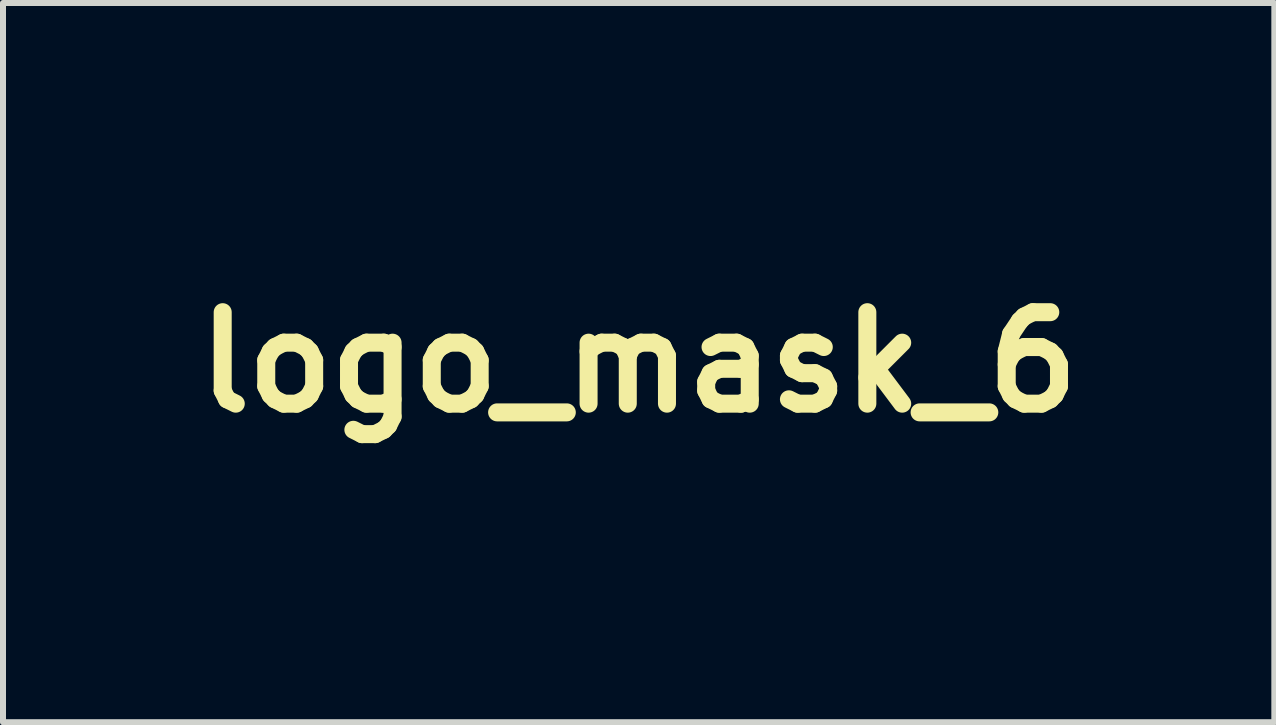
<source format=kicad_pcb>
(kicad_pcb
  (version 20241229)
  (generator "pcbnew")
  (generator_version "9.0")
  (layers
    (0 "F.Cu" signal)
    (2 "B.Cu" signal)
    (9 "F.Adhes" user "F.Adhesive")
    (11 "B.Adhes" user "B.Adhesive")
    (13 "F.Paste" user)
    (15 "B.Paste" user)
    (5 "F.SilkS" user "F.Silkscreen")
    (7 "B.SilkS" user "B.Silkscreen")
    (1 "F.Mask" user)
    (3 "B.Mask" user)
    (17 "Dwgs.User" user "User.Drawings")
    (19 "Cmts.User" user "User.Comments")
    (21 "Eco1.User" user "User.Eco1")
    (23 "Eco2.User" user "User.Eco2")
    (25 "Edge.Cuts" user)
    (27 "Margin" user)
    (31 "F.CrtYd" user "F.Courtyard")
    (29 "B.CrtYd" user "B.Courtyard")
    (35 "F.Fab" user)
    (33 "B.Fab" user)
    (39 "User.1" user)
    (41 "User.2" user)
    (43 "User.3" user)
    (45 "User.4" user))
  (footprint "logo_mask_6"
    (layer "F.Cu")
    (at 7.591 2.986)
    (property "Reference" "logo_mask_6" (at 0 0 0) (layer "F.SilkS") (effects (font (size 1.524 1.524) (thickness 0.3))))
    (attr through_hole)
    (fp_poly (pts (xy -0.547 -2.422) (xy -0.499 -2.387) (xy -0.472 -2.357) (xy -0.459 -2.328) (xy -0.455 -2.29) (xy -0.455 -2.27) (xy -0.455 -2.197) (xy -0.316 -2.061) (xy -0.178 -1.925) (xy 0.996 -1.925) (xy 1.367 -1.554) (xy 1.738 -1.183) (xy 1.738 -0.46) (xy 1.778 -0.421) (xy 1.818 -0.369) (xy 1.835 -0.313) (xy 1.833 -0.258) (xy 1.815 -0.207) (xy 1.782 -0.165) (xy 1.739 -0.134) (xy 1.687 -0.12) (xy 1.63 -0.125) (xy 1.581 -0.147) (xy 1.536 -0.187) (xy 1.506 -0.24) (xy 1.497 -0.288) (xy 1.497 -0.289) (xy 1.61 -0.289) (xy 1.616 -0.27) (xy 1.63 -0.255) (xy 1.654 -0.234) (xy 1.671 -0.229) (xy 1.695 -0.239) (xy 1.699 -0.241) (xy 1.72 -0.264) (xy 1.723 -0.295) (xy 1.712 -0.324) (xy 1.689 -0.343) (xy 1.663 -0.345) (xy 1.639 -0.331) (xy 1.622 -0.312) (xy 1.61 -0.289) (xy 1.497 -0.289) (xy 1.505 -0.331) (xy 1.523 -0.377) (xy 1.548 -0.414) (xy 1.566 -0.429) (xy 1.574 -0.434) (xy 1.58 -0.444) (xy 1.584 -0.461) (xy 1.587 -0.489) (xy 1.589 -0.53) (xy 1.59 -0.589) (xy 1.591 -0.668) (xy 1.591 -0.77) (xy 1.591 -1.103) (xy 0.916 -1.778) (xy -0.248 -1.778) (xy -0.408 -1.938) (xy -0.47 -2) (xy -0.517 -2.044) (xy -0.552 -2.074) (xy -0.578 -2.091) (xy -0.598 -2.098) (xy -0.605 -2.099) (xy -0.671 -2.11) (xy -0.724 -2.141) (xy -0.763 -2.187) (xy -0.784 -2.242) (xy -0.785 -2.259) (xy -0.674 -2.259) (xy -0.668 -2.245) (xy -0.644 -2.225) (xy -0.612 -2.222) (xy -0.581 -2.236) (xy -0.57 -2.249) (xy -0.563 -2.28) (xy -0.579 -2.307) (xy -0.612 -2.322) (xy -0.619 -2.324) (xy -0.653 -2.317) (xy -0.673 -2.293) (xy -0.674 -2.259) (xy -0.785 -2.259) (xy -0.785 -2.302) (xy -0.762 -2.363) (xy -0.762 -2.364) (xy -0.719 -2.41) (xy -0.666 -2.436) (xy -0.606 -2.44) (xy -0.547 -2.422)) (stroke (width 0.01) (type solid)) (fill yes) (layer "F.Mask"))
    (fp_poly (pts (xy 0.247 -2.569) (xy 0.299 -2.539) (xy 0.326 -2.507) (xy 0.348 -2.473) (xy 1.103 -2.473) (xy 1.668 -1.908) (xy 2.233 -1.343) (xy 2.233 -1.127) (xy 2.233 -1.046) (xy 2.234 -0.987) (xy 2.236 -0.948) (xy 2.24 -0.922) (xy 2.245 -0.907) (xy 2.254 -0.899) (xy 2.259 -0.896) (xy 2.294 -0.863) (xy 2.316 -0.814) (xy 2.325 -0.757) (xy 2.318 -0.698) (xy 2.306 -0.668) (xy 2.27 -0.626) (xy 2.219 -0.599) (xy 2.159 -0.588) (xy 2.098 -0.597) (xy 2.069 -0.609) (xy 2.029 -0.644) (xy 2.004 -0.693) (xy 1.993 -0.749) (xy 1.995 -0.765) (xy 2.102 -0.765) (xy 2.104 -0.737) (xy 2.12 -0.716) (xy 2.149 -0.697) (xy 2.178 -0.703) (xy 2.2 -0.723) (xy 2.216 -0.749) (xy 2.211 -0.772) (xy 2.182 -0.805) (xy 2.151 -0.81) (xy 2.126 -0.796) (xy 2.102 -0.765) (xy 1.995 -0.765) (xy 1.998 -0.806) (xy 2.018 -0.856) (xy 2.053 -0.892) (xy 2.059 -0.896) (xy 2.07 -0.904) (xy 2.077 -0.916) (xy 2.082 -0.939) (xy 2.084 -0.975) (xy 2.085 -1.03) (xy 2.085 -1.087) (xy 2.085 -1.263) (xy 1.557 -1.791) (xy 1.029 -2.319) (xy 0.687 -2.324) (xy 0.582 -2.325) (xy 0.501 -2.326) (xy 0.44 -2.326) (xy 0.395 -2.324) (xy 0.364 -2.322) (xy 0.344 -2.318) (xy 0.33 -2.312) (xy 0.319 -2.305) (xy 0.316 -2.302) (xy 0.255 -2.262) (xy 0.188 -2.245) (xy 0.121 -2.254) (xy 0.093 -2.266) (xy 0.051 -2.302) (xy 0.023 -2.353) (xy 0.014 -2.407) (xy 0.123 -2.407) (xy 0.14 -2.38) (xy 0.17 -2.356) (xy 0.199 -2.358) (xy 0.22 -2.374) (xy 0.239 -2.403) (xy 0.232 -2.432) (xy 0.213 -2.454) (xy 0.182 -2.469) (xy 0.152 -2.458) (xy 0.128 -2.43) (xy 0.123 -2.407) (xy 0.014 -2.407) (xy 0.013 -2.412) (xy 0.022 -2.471) (xy 0.035 -2.499) (xy 0.076 -2.545) (xy 0.129 -2.572) (xy 0.189 -2.58) (xy 0.247 -2.569)) (stroke (width 0.01) (type solid)) (fill yes) (layer "F.Mask"))
    (fp_poly (pts (xy 1.129 0.89) (xy 1.181 0.914) (xy 1.219 0.955) (xy 1.223 0.962) (xy 1.243 1.024) (xy 1.24 1.085) (xy 1.219 1.14) (xy 1.181 1.183) (xy 1.129 1.21) (xy 1.084 1.217) (xy 1.069 1.219) (xy 1.051 1.227) (xy 1.029 1.244) (xy 0.999 1.272) (xy 0.96 1.313) (xy 0.907 1.37) (xy 0.86 1.423) (xy 0.675 1.63) (xy 0.271 1.631) (xy 0.156 1.631) (xy 0.065 1.631) (xy -0.005 1.632) (xy -0.057 1.634) (xy -0.095 1.636) (xy -0.12 1.639) (xy -0.135 1.644) (xy -0.145 1.65) (xy -0.15 1.655) (xy -0.195 1.697) (xy -0.254 1.72) (xy -0.317 1.723) (xy -0.376 1.705) (xy -0.422 1.665) (xy -0.448 1.61) (xy -0.453 1.564) (xy -0.346 1.564) (xy -0.326 1.597) (xy -0.295 1.614) (xy -0.265 1.605) (xy -0.245 1.583) (xy -0.234 1.56) (xy -0.24 1.539) (xy -0.252 1.523) (xy -0.273 1.502) (xy -0.294 1.5) (xy -0.313 1.507) (xy -0.341 1.532) (xy -0.346 1.564) (xy -0.453 1.564) (xy -0.455 1.554) (xy -0.446 1.49) (xy -0.419 1.443) (xy -0.374 1.41) (xy -0.312 1.391) (xy -0.248 1.395) (xy -0.19 1.421) (xy -0.15 1.46) (xy -0.138 1.469) (xy -0.116 1.476) (xy -0.082 1.481) (xy -0.034 1.483) (xy 0.032 1.484) (xy 0.117 1.483) (xy 0.224 1.481) (xy 0.354 1.476) (xy 0.383 1.475) (xy 0.613 1.466) (xy 0.764 1.295) (xy 0.818 1.232) (xy 0.858 1.186) (xy 0.885 1.152) (xy 0.901 1.127) (xy 0.909 1.106) (xy 0.912 1.087) (xy 0.911 1.065) (xy 0.911 1.064) (xy 0.911 1.056) (xy 1.019 1.056) (xy 1.035 1.082) (xy 1.063 1.105) (xy 1.087 1.105) (xy 1.112 1.087) (xy 1.133 1.059) (xy 1.13 1.033) (xy 1.109 1.009) (xy 1.078 0.993) (xy 1.047 1.005) (xy 1.024 1.033) (xy 1.019 1.056) (xy 0.911 1.056) (xy 0.914 1.01) (xy 0.928 0.965) (xy 0.928 0.964) (xy 0.965 0.92) (xy 1.015 0.893) (xy 1.072 0.883) (xy 1.129 0.89)) (stroke (width 0.01) (type solid)) (fill yes) (layer "F.Mask"))
    (fp_poly (pts (xy 0.815 -0.755) (xy 0.815 -0.26) (xy 0.652 -0.097) (xy 0.488 0.067) (xy 0.271 0.067) (xy 0.19 0.067) (xy 0.132 0.068) (xy 0.092 0.07) (xy 0.067 0.074) (xy 0.052 0.08) (xy 0.043 0.088) (xy 0.04 0.093) (xy 0.006 0.131) (xy -0.042 0.153) (xy -0.098 0.159) (xy -0.155 0.151) (xy -0.205 0.127) (xy -0.242 0.089) (xy -0.247 0.081) (xy -0.268 0.017) (xy -0.266 -0.017) (xy -0.157 -0.017) (xy -0.155 0.012) (xy -0.139 0.032) (xy -0.11 0.051) (xy -0.081 0.045) (xy -0.059 0.026) (xy -0.043 -0.000375) (xy -0.048 -0.023) (xy -0.078 -0.056) (xy -0.108 -0.062) (xy -0.133 -0.047) (xy -0.157 -0.017) (xy -0.266 -0.017) (xy -0.265 -0.045) (xy -0.242 -0.1) (xy -0.201 -0.142) (xy -0.145 -0.168) (xy -0.099 -0.174) (xy -0.055 -0.167) (xy -0.01 -0.148) (xy 0.027 -0.123) (xy 0.045 -0.1) (xy 0.053 -0.092) (xy 0.071 -0.086) (xy 0.104 -0.083) (xy 0.155 -0.081) (xy 0.229 -0.08) (xy 0.238 -0.08) (xy 0.423 -0.08) (xy 0.546 -0.205) (xy 0.668 -0.331) (xy 0.668 -0.689) (xy 0.421 -0.936) (xy -0.475 -0.936) (xy -0.722 -0.688) (xy -0.722 0.676) (xy -0.474 0.922) (xy 0.422 0.922) (xy 0.512 0.832) (xy 0.602 0.741) (xy 0.602 0.663) (xy 0.602 0.645) (xy 0.71 0.645) (xy 0.717 0.679) (xy 0.731 0.697) (xy 0.754 0.718) (xy 0.775 0.717) (xy 0.802 0.695) (xy 0.803 0.694) (xy 0.821 0.672) (xy 0.821 0.653) (xy 0.812 0.637) (xy 0.782 0.609) (xy 0.749 0.605) (xy 0.728 0.615) (xy 0.71 0.645) (xy 0.602 0.645) (xy 0.603 0.617) (xy 0.611 0.586) (xy 0.628 0.56) (xy 0.647 0.54) (xy 0.681 0.511) (xy 0.713 0.498) (xy 0.755 0.495) (xy 0.825 0.504) (xy 0.877 0.532) (xy 0.914 0.579) (xy 0.915 0.583) (xy 0.933 0.646) (xy 0.927 0.707) (xy 0.901 0.76) (xy 0.858 0.801) (xy 0.801 0.823) (xy 0.792 0.825) (xy 0.767 0.83) (xy 0.743 0.842) (xy 0.714 0.862) (xy 0.677 0.895) (xy 0.627 0.944) (xy 0.613 0.957) (xy 0.488 1.083) (xy -0.542 1.083) (xy -0.869 0.755) (xy -0.869 -0.768) (xy -0.712 -0.926) (xy -0.555 -1.083) (xy 0.488 -1.083) (xy 0.815 -0.755)) (stroke (width 0.01) (type solid)) (fill yes) (layer "F.Mask"))
    (fp_poly (pts (xy 0.288 -2.968) (xy 0.564 -2.93) (xy 0.832 -2.867) (xy 1.091 -2.78) (xy 1.34 -2.67) (xy 1.577 -2.539) (xy 1.801 -2.386) (xy 2.011 -2.213) (xy 2.205 -2.021) (xy 2.382 -1.81) (xy 2.54 -1.582) (xy 2.678 -1.337) (xy 2.687 -1.317) (xy 2.799 -1.062) (xy 2.885 -0.8) (xy 2.946 -0.532) (xy 2.983 -0.259) (xy 2.995 0.015) (xy 2.982 0.289) (xy 2.944 0.561) (xy 2.881 0.829) (xy 2.793 1.091) (xy 2.695 1.317) (xy 2.56 1.563) (xy 2.404 1.794) (xy 2.23 2.007) (xy 2.037 2.202) (xy 1.828 2.379) (xy 1.603 2.535) (xy 1.365 2.67) (xy 1.115 2.783) (xy 0.853 2.874) (xy 0.581 2.94) (xy 0.318 2.98) (xy 0.236 2.987) (xy 0.136 2.991) (xy 0.025 2.992) (xy -0.088 2.992) (xy -0.195 2.988) (xy -0.288 2.983) (xy -0.328 2.979) (xy -0.593 2.936) (xy -0.856 2.868) (xy -1.114 2.777) (xy -1.363 2.663) (xy -1.6 2.529) (xy -1.82 2.376) (xy -1.865 2.341) (xy -2.073 2.158) (xy -2.261 1.959) (xy -2.427 1.745) (xy -2.573 1.519) (xy -2.697 1.282) (xy -2.799 1.035) (xy -2.879 0.781) (xy -2.936 0.521) (xy -2.971 0.257) (xy -2.978 0.08) (xy -2.798 0.08) (xy -2.413 0.08) (xy -2.283 0.21) (xy -2.152 0.34) (xy -2.152 0.664) (xy -2.152 0.766) (xy -2.152 0.844) (xy -2.15 0.903) (xy -2.148 0.944) (xy -2.145 0.972) (xy -2.14 0.99) (xy -2.134 1) (xy -2.128 1.005) (xy -2.086 1.05) (xy -2.064 1.106) (xy -2.061 1.165) (xy -2.077 1.222) (xy -2.112 1.27) (xy -2.141 1.292) (xy -2.19 1.307) (xy -2.248 1.308) (xy -2.302 1.295) (xy -2.313 1.29) (xy -2.357 1.253) (xy -2.384 1.203) (xy -2.392 1.145) (xy -2.392 1.143) (xy -2.286 1.143) (xy -2.276 1.169) (xy -2.252 1.193) (xy -2.227 1.203) (xy -2.206 1.194) (xy -2.186 1.177) (xy -2.171 1.156) (xy -2.172 1.138) (xy -2.184 1.117) (xy -2.206 1.092) (xy -2.225 1.083) (xy -2.252 1.093) (xy -2.276 1.118) (xy -2.286 1.143) (xy -2.392 1.143) (xy -2.383 1.085) (xy -2.356 1.03) (xy -2.327 0.999) (xy -2.318 0.99) (xy -2.311 0.979) (xy -2.306 0.961) (xy -2.303 0.933) (xy -2.301 0.891) (xy -2.3 0.832) (xy -2.299 0.752) (xy -2.299 0.692) (xy -2.299 0.408) (xy -2.389 0.318) (xy -2.479 0.227) (xy -2.63 0.227) (xy -2.692 0.227) (xy -2.736 0.228) (xy -2.763 0.235) (xy -2.777 0.252) (xy -2.78 0.282) (xy -2.774 0.331) (xy -2.763 0.401) (xy -2.76 0.42) (xy -2.708 0.683) (xy -2.63 0.938) (xy -2.529 1.183) (xy -2.406 1.416) (xy -2.262 1.637) (xy -2.098 1.843) (xy -1.915 2.033) (xy -1.716 2.206) (xy -1.5 2.36) (xy -1.269 2.494) (xy -1.024 2.606) (xy -0.969 2.627) (xy -0.861 2.664) (xy -0.741 2.699) (xy -0.616 2.731) (xy -0.496 2.758) (xy -0.389 2.776) (xy -0.361 2.779) (xy -0.301 2.786) (xy -0.246 2.793) (xy -0.205 2.798) (xy -0.194 2.8) (xy -0.153 2.803) (xy -0.091 2.803) (xy -0.014 2.802) (xy 0.072 2.8) (xy 0.161 2.796) (xy 0.249 2.791) (xy 0.328 2.785) (xy 0.394 2.778) (xy 0.421 2.774) (xy 0.497 2.763) (xy 0.548 2.753) (xy 0.577 2.743) (xy 0.585 2.729) (xy 0.574 2.709) (xy 0.546 2.679) (xy 0.507 2.639) (xy 0.408 2.54) (xy -0.082 2.54) (xy -0.211 2.54) (xy -0.316 2.541) (xy -0.399 2.541) (xy -0.463 2.543) (xy -0.51 2.545) (xy -0.543 2.547) (xy -0.564 2.551) (xy -0.575 2.555) (xy -0.58 2.56) (xy -0.601 2.586) (xy -0.639 2.61) (xy -0.684 2.628) (xy -0.722 2.633) (xy -0.782 2.621) (xy -0.835 2.588) (xy -0.874 2.539) (xy -0.894 2.481) (xy -0.895 2.475) (xy -0.773 2.475) (xy -0.76 2.504) (xy -0.754 2.509) (xy -0.732 2.523) (xy -0.722 2.527) (xy -0.706 2.52) (xy -0.69 2.509) (xy -0.672 2.484) (xy -0.672 2.454) (xy -0.685 2.427) (xy -0.709 2.41) (xy -0.737 2.41) (xy -0.745 2.414) (xy -0.768 2.441) (xy -0.773 2.475) (xy -0.895 2.475) (xy -0.896 2.459) (xy -0.886 2.412) (xy -0.861 2.365) (xy -0.828 2.328) (xy -0.814 2.319) (xy -0.777 2.307) (xy -0.73 2.3) (xy -0.716 2.299) (xy -0.674 2.303) (xy -0.64 2.317) (xy -0.603 2.346) (xy -0.552 2.393) (xy 0.488 2.393) (xy 0.638 2.543) (xy 0.788 2.693) (xy 0.892 2.659) (xy 0.996 2.625) (xy 0.999 2.178) (xy 1.002 1.811) (xy 1.15 1.811) (xy 1.15 2.182) (xy 1.15 2.279) (xy 1.151 2.366) (xy 1.152 2.44) (xy 1.153 2.499) (xy 1.155 2.537) (xy 1.157 2.553) (xy 1.158 2.553) (xy 1.172 2.548) (xy 1.205 2.532) (xy 1.251 2.509) (xy 1.298 2.485) (xy 1.43 2.417) (xy 1.43 1.998) (xy 1.624 1.805) (xy 1.818 1.611) (xy 1.818 0.701) (xy 2.003 0.517) (xy 2.067 0.452) (xy 2.115 0.403) (xy 2.148 0.367) (xy 2.168 0.34) (xy 2.179 0.32) (xy 2.183 0.305) (xy 2.182 0.296) (xy 2.183 0.283) (xy 2.3 0.283) (xy 2.312 0.313) (xy 2.338 0.332) (xy 2.353 0.334) (xy 2.381 0.325) (xy 2.39 0.318) (xy 2.407 0.288) (xy 2.403 0.256) (xy 2.384 0.232) (xy 2.355 0.22) (xy 2.326 0.227) (xy 2.304 0.251) (xy 2.3 0.283) (xy 2.183 0.283) (xy 2.186 0.243) (xy 2.209 0.189) (xy 2.246 0.145) (xy 2.262 0.134) (xy 2.322 0.111) (xy 2.384 0.111) (xy 2.441 0.132) (xy 2.487 0.172) (xy 2.508 0.21) (xy 2.522 0.274) (xy 2.51 0.335) (xy 2.471 0.392) (xy 2.467 0.397) (xy 2.432 0.426) (xy 2.399 0.439) (xy 2.364 0.441) (xy 2.343 0.442) (xy 2.324 0.446) (xy 2.303 0.456) (xy 2.279 0.474) (xy 2.246 0.503) (xy 2.201 0.547) (xy 2.142 0.605) (xy 1.979 0.768) (xy 1.979 1.678) (xy 1.577 2.078) (xy 1.577 2.196) (xy 1.578 2.248) (xy 1.58 2.288) (xy 1.583 2.31) (xy 1.585 2.313) (xy 1.598 2.305) (xy 1.628 2.285) (xy 1.669 2.255) (xy 1.702 2.23) (xy 1.769 2.176) (xy 1.847 2.106) (xy 1.932 2.026) (xy 2.017 1.941) (xy 2.098 1.856) (xy 2.169 1.777) (xy 2.225 1.708) (xy 2.23 1.702) (xy 2.313 1.592) (xy 2.313 0.979) (xy 2.273 0.936) (xy 2.235 0.881) (xy 2.225 0.827) (xy 2.343 0.827) (xy 2.358 0.853) (xy 2.389 0.866) (xy 2.405 0.866) (xy 2.431 0.858) (xy 2.439 0.836) (xy 2.44 0.824) (xy 2.431 0.787) (xy 2.409 0.766) (xy 2.379 0.765) (xy 2.37 0.77) (xy 2.346 0.797) (xy 2.343 0.827) (xy 2.225 0.827) (xy 2.224 0.823) (xy 2.238 0.758) (xy 2.243 0.745) (xy 2.279 0.693) (xy 2.329 0.66) (xy 2.386 0.647) (xy 2.446 0.655) (xy 2.501 0.686) (xy 2.513 0.697) (xy 2.548 0.748) (xy 2.562 0.807) (xy 2.557 0.867) (xy 2.532 0.92) (xy 2.506 0.948) (xy 2.492 0.959) (xy 2.483 0.973) (xy 2.478 0.993) (xy 2.475 1.025) (xy 2.474 1.074) (xy 2.474 1.145) (xy 2.474 1.317) (xy 2.526 1.217) (xy 2.59 1.076) (xy 2.649 0.918) (xy 2.702 0.749) (xy 2.744 0.579) (xy 2.774 0.42) (xy 2.783 0.354) (xy 2.791 0.272) (xy 2.798 0.184) (xy 2.803 0.099) (xy 2.803 0.097) (xy 2.812 -0.094) (xy 2.266 -0.094) (xy 1.908 0.264) (xy 1.551 0.622) (xy 1.551 1.411) (xy 1.35 1.611) (xy 1.15 1.811) (xy 1.002 1.811) (xy 1.003 1.731) (xy 1.197 1.537) (xy 1.39 1.344) (xy 1.39 0.555) (xy 1.788 0.157) (xy 2.186 -0.241) (xy 2.482 -0.241) (xy 2.575 -0.241) (xy 2.655 -0.243) (xy 2.719 -0.245) (xy 2.764 -0.248) (xy 2.785 -0.252) (xy 2.787 -0.253) (xy 2.789 -0.274) (xy 2.786 -0.315) (xy 2.779 -0.373) (xy 2.767 -0.442) (xy 2.754 -0.517) (xy 2.738 -0.593) (xy 2.721 -0.666) (xy 2.715 -0.69) (xy 2.633 -0.95) (xy 2.528 -1.198) (xy 2.401 -1.434) (xy 2.253 -1.655) (xy 2.085 -1.861) (xy 1.899 -2.05) (xy 1.695 -2.22) (xy 1.476 -2.371) (xy 1.242 -2.501) (xy 0.994 -2.609) (xy 0.984 -2.613) (xy 0.776 -2.683) (xy 0.574 -2.733) (xy 0.369 -2.766) (xy 0.154 -2.783) (xy 0.007 -2.786) (xy -0.219 -2.779) (xy -0.429 -2.757) (xy -0.632 -2.717) (xy -0.835 -2.66) (xy -0.97 -2.613) (xy -1.028 -2.59) (xy -1.093 -2.562) (xy -1.161 -2.532) (xy -1.228 -2.5) (xy -1.288 -2.47) (xy -1.338 -2.444) (xy -1.374 -2.424) (xy -1.39 -2.411) (xy -1.39 -2.41) (xy -1.381 -2.398) (xy -1.355 -2.37) (xy -1.313 -2.327) (xy -1.258 -2.271) (xy -1.192 -2.203) (xy -1.116 -2.126) (xy -1.032 -2.041) (xy -0.946 -1.955) (xy -0.501 -1.511) (xy 0.702 -1.511) (xy 0.979 -1.233) (xy 1.257 -0.956) (xy 1.257 0.003) (xy 1.303 0.055) (xy 1.339 0.111) (xy 1.353 0.167) (xy 1.346 0.221) (xy 1.323 0.269) (xy 1.287 0.308) (xy 1.241 0.334) (xy 1.189 0.344) (xy 1.133 0.336) (xy 1.078 0.305) (xy 1.068 0.296) (xy 1.035 0.251) (xy 1.019 0.195) (xy 1.02 0.187) (xy 1.131 0.187) (xy 1.137 0.201) (xy 1.16 0.221) (xy 1.193 0.224) (xy 1.224 0.21) (xy 1.235 0.197) (xy 1.242 0.167) (xy 1.226 0.14) (xy 1.193 0.124) (xy 1.186 0.123) (xy 1.152 0.129) (xy 1.132 0.153) (xy 1.131 0.187) (xy 1.02 0.187) (xy 1.021 0.136) (xy 1.04 0.083) (xy 1.076 0.042) (xy 1.083 0.037) (xy 1.09 0.031) (xy 1.096 0.023) (xy 1.101 0.009) (xy 1.104 -0.013) (xy 1.106 -0.047) (xy 1.108 -0.094) (xy 1.109 -0.158) (xy 1.109 -0.242) (xy 1.11 -0.348) (xy 1.11 -0.428) (xy 1.11 -0.876) (xy 0.872 -1.112) (xy 0.635 -1.347) (xy -0.582 -1.364) (xy -1.063 -1.845) (xy -1.544 -2.325) (xy -1.651 -2.245) (xy -1.698 -2.209) (xy -1.737 -2.179) (xy -1.763 -2.158) (xy -1.771 -2.151) (xy -1.765 -2.138) (xy -1.741 -2.107) (xy -1.699 -2.06) (xy -1.64 -1.997) (xy -1.565 -1.918) (xy -1.495 -1.848) (xy -1.207 -1.557) (xy -1.198 -0.642) (xy -1.197 -0.473) (xy -1.195 -0.301) (xy -1.194 -0.129) (xy -1.193 0.039) (xy -1.192 0.199) (xy -1.191 0.347) (xy -1.19 0.481) (xy -1.19 0.595) (xy -1.19 0.687) (xy -1.19 0.695) (xy -1.19 1.117) (xy -1.073 1.234) (xy -1.022 1.283) (xy -0.985 1.317) (xy -0.957 1.337) (xy -0.934 1.347) (xy -0.913 1.35) (xy -0.909 1.35) (xy -0.848 1.362) (xy -0.796 1.395) (xy -0.759 1.443) (xy -0.741 1.501) (xy -0.742 1.549) (xy -0.758 1.591) (xy -0.789 1.633) (xy -0.795 1.64) (xy -0.827 1.668) (xy -0.857 1.681) (xy -0.899 1.684) (xy -0.907 1.684) (xy -0.957 1.68) (xy -0.994 1.666) (xy -1.014 1.651) (xy -1.05 1.609) (xy -1.073 1.558) (xy -1.075 1.542) (xy -0.959 1.542) (xy -0.941 1.568) (xy -0.909 1.577) (xy -0.881 1.569) (xy -0.872 1.561) (xy -0.855 1.532) (xy -0.858 1.502) (xy -0.874 1.477) (xy -0.899 1.465) (xy -0.927 1.471) (xy -0.937 1.478) (xy -0.958 1.51) (xy -0.959 1.542) (xy -1.075 1.542) (xy -1.08 1.509) (xy -1.078 1.493) (xy -1.078 1.477) (xy -1.087 1.457) (xy -1.108 1.429) (xy -1.144 1.391) (xy -1.196 1.337) (xy -1.202 1.331) (xy -1.333 1.2) (xy -1.343 0.563) (xy -1.352 -0.074) (xy -1.635 -0.358) (xy -1.918 -0.642) (xy -1.983 -0.642) (xy -2.027 -0.645) (xy -2.059 -0.657) (xy -2.092 -0.685) (xy -2.093 -0.687) (xy -2.122 -0.719) (xy -2.135 -0.748) (xy -2.139 -0.789) (xy -2.029 -0.789) (xy -2.018 -0.767) (xy -1.99 -0.752) (xy -1.958 -0.758) (xy -1.929 -0.784) (xy -1.929 -0.784) (xy -1.918 -0.807) (xy -1.923 -0.826) (xy -1.938 -0.842) (xy -1.961 -0.861) (xy -1.979 -0.861) (xy -1.996 -0.852) (xy -2.024 -0.822) (xy -2.029 -0.789) (xy -2.139 -0.789) (xy -2.139 -0.789) (xy -2.139 -0.801) (xy -2.13 -0.87) (xy -2.103 -0.922) (xy -2.057 -0.957) (xy -1.996 -0.975) (xy -1.936 -0.97) (xy -1.882 -0.945) (xy -1.839 -0.903) (xy -1.812 -0.846) (xy -1.805 -0.795) (xy -1.804 -0.778) (xy -1.8 -0.761) (xy -1.791 -0.742) (xy -1.775 -0.719) (xy -1.748 -0.689) (xy -1.71 -0.648) (xy -1.657 -0.595) (xy -1.588 -0.526) (xy -1.577 -0.515) (xy -1.35 -0.288) (xy -1.35 -1.477) (xy -1.628 -1.755) (xy -1.905 -2.032) (xy -2.009 -1.928) (xy -2.112 -1.824) (xy -1.928 -1.64) (xy -1.857 -1.571) (xy -1.804 -1.521) (xy -1.764 -1.487) (xy -1.738 -1.468) (xy -1.722 -1.464) (xy -1.721 -1.464) (xy -1.685 -1.466) (xy -1.641 -1.452) (xy -1.598 -1.426) (xy -1.571 -1.402) (xy -1.545 -1.352) (xy -1.537 -1.292) (xy -1.546 -1.231) (xy -1.557 -1.204) (xy -1.586 -1.17) (xy -1.631 -1.141) (xy -1.68 -1.125) (xy -1.697 -1.123) (xy -1.758 -1.135) (xy -1.811 -1.169) (xy -1.85 -1.219) (xy -1.87 -1.28) (xy -1.871 -1.296) (xy -1.759 -1.296) (xy -1.751 -1.269) (xy -1.727 -1.249) (xy -1.693 -1.244) (xy -1.662 -1.258) (xy -1.66 -1.259) (xy -1.645 -1.289) (xy -1.65 -1.319) (xy -1.672 -1.34) (xy -1.705 -1.347) (xy -1.716 -1.345) (xy -1.749 -1.327) (xy -1.759 -1.296) (xy -1.871 -1.296) (xy -1.872 -1.303) (xy -1.873 -1.323) (xy -1.877 -1.342) (xy -1.889 -1.363) (xy -1.909 -1.389) (xy -1.94 -1.424) (xy -1.986 -1.471) (xy -2.041 -1.526) (xy -2.21 -1.696) (xy -2.256 -1.636) (xy -2.327 -1.535) (xy -2.4 -1.414) (xy -2.472 -1.282) (xy -2.539 -1.146) (xy -2.596 -1.013) (xy -2.613 -0.97) (xy -2.636 -0.905) (xy -2.66 -0.83) (xy -2.684 -0.752) (xy -2.705 -0.676) (xy -2.722 -0.607) (xy -2.735 -0.552) (xy -2.74 -0.516) (xy -2.74 -0.511) (xy -2.741 -0.481) (xy -2.183 -0.481) (xy -1.947 -0.259) (xy -1.711 -0.037) (xy -1.711 1.53) (xy -1.461 1.781) (xy -1.21 2.032) (xy 0.225 2.032) (xy 0.264 1.993) (xy 0.318 1.955) (xy 0.379 1.943) (xy 0.446 1.957) (xy 0.458 1.962) (xy 0.499 1.984) (xy 0.524 2.012) (xy 0.542 2.051) (xy 0.555 2.09) (xy 0.558 2.118) (xy 0.551 2.149) (xy 0.543 2.171) (xy 0.509 2.23) (xy 0.46 2.267) (xy 0.416 2.281) (xy 0.362 2.281) (xy 0.308 2.264) (xy 0.263 2.234) (xy 0.256 2.225) (xy 0.23 2.192) (xy -1.263 2.192) (xy -1.319 2.136) (xy 0.336 2.136) (xy 0.339 2.146) (xy 0.357 2.162) (xy 0.387 2.165) (xy 0.417 2.155) (xy 0.427 2.146) (xy 0.439 2.114) (xy 0.428 2.082) (xy 0.411 2.067) (xy 0.381 2.06) (xy 0.355 2.074) (xy 0.338 2.101) (xy 0.336 2.136) (xy -1.319 2.136) (xy -1.567 1.888) (xy -1.872 1.584) (xy -1.872 0.029) (xy -2.062 -0.152) (xy -2.253 -0.334) (xy -2.508 -0.334) (xy -2.599 -0.334) (xy -2.666 -0.333) (xy -2.713 -0.331) (xy -2.744 -0.328) (xy -2.762 -0.323) (xy -2.771 -0.316) (xy -2.772 -0.313) (xy -2.776 -0.293) (xy -2.78 -0.251) (xy -2.784 -0.194) (xy -2.788 -0.127) (xy -2.789 -0.106) (xy -2.798 0.08) (xy -2.978 0.08) (xy -2.981 -0.01) (xy -2.968 -0.277) (xy -2.931 -0.544) (xy -2.87 -0.808) (xy -2.783 -1.068) (xy -2.674 -1.317) (xy -2.538 -1.563) (xy -2.381 -1.793) (xy -2.206 -2.005) (xy -2.013 -2.199) (xy -1.805 -2.373) (xy -1.582 -2.528) (xy -1.346 -2.661) (xy -1.097 -2.772) (xy -0.839 -2.861) (xy -0.572 -2.926) (xy -0.297 -2.966) (xy -0.015 -2.981) (xy 0.007 -2.981) (xy 0.288 -2.968)) (stroke (width 0.01) (type solid)) (fill yes) (layer "F.Mask")))
  (gr_rect
    (start -3 -3)
    (end 18.182 8.983)
    (stroke (width 0.1) (type default))
    (fill no)
    (layer "Edge.Cuts")))
</source>
